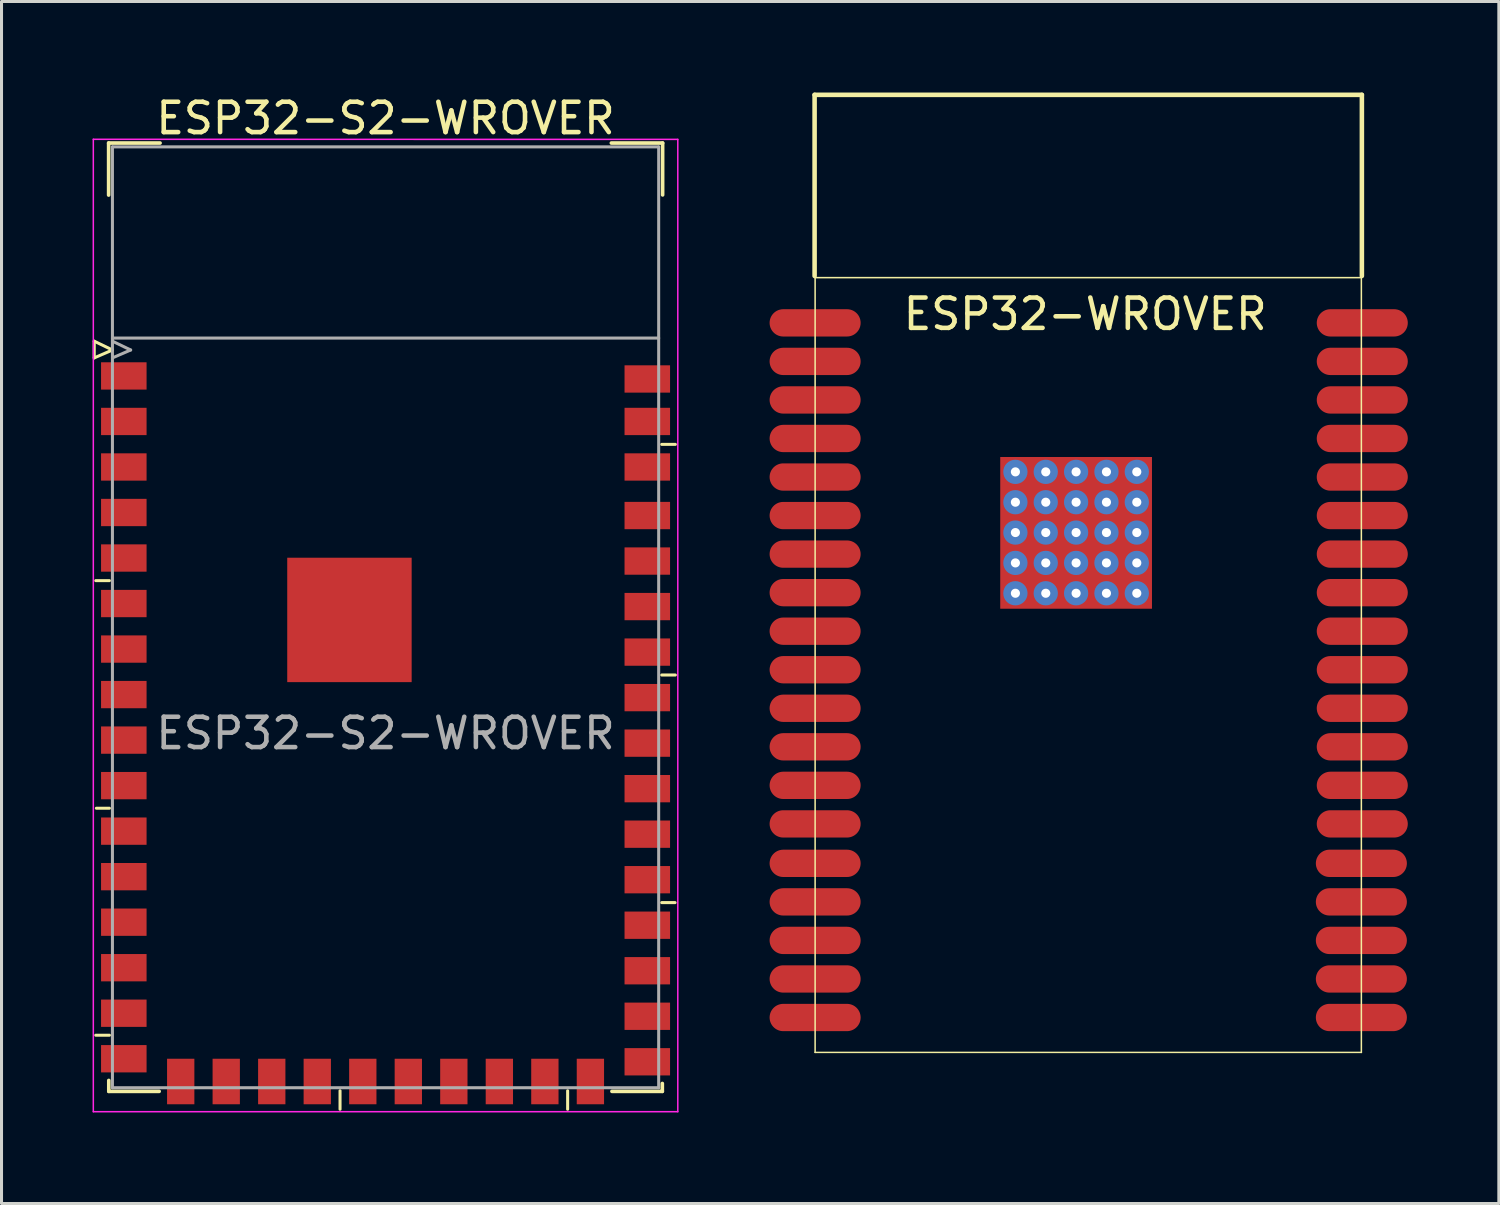
<source format=kicad_pcb>
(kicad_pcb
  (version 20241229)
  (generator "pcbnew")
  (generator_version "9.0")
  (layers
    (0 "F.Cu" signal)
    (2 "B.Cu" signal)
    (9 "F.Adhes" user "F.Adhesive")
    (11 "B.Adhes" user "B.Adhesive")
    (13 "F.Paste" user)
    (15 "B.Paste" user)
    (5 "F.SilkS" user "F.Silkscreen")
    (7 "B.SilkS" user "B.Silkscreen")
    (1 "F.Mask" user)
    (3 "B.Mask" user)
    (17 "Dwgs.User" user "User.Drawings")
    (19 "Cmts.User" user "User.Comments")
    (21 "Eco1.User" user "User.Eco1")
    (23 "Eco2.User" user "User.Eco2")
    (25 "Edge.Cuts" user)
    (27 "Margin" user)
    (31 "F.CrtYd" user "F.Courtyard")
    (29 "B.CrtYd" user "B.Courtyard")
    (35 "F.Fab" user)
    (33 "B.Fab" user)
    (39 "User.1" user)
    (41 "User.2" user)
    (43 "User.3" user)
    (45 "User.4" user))
  (footprint "ESP32-WROVER"
    (layer "F.Cu")
    (at 32.81 6.679)
    (property "Reference" "ESP32-WROVER" (at -0.1 0.62 0) (layer "F.SilkS") (effects (font (size 1 1) (thickness 0.15))))
    (attr smd)
    (fp_line (start -9.017 -0.635) (end -9.017 -6.604) (stroke (width 0.15) (type solid)) (layer "F.SilkS"))
    (fp_line (start -9 -0.58) (end 9 -0.58) (stroke (width 0.05) (type solid)) (layer "F.SilkS"))
    (fp_line (start -9 24.95) (end -9 -0.58) (stroke (width 0.05) (type solid)) (layer "F.SilkS"))
    (fp_line (start 9 -0.58) (end 9 24.95) (stroke (width 0.05) (type solid)) (layer "F.SilkS"))
    (fp_line (start 9 24.95) (end -9 24.95) (stroke (width 0.05) (type solid)) (layer "F.SilkS"))
    (fp_line (start 9.017 -6.604) (end -9.017 -6.604) (stroke (width 0.15) (type solid)) (layer "F.SilkS"))
    (fp_line (start 9.017 -0.635) (end 9.017 -6.604) (stroke (width 0.15) (type solid)) (layer "F.SilkS"))
    (pad "1" smd oval (at -9 0.91) (size 3 0.9) (layers "F.Cu" "F.Mask" "F.Paste"))
    (pad "2" smd oval (at -9 2.18) (size 3 0.9) (layers "F.Cu" "F.Mask" "F.Paste"))
    (pad "3" smd oval (at -9 3.45) (size 3 0.9) (layers "F.Cu" "F.Mask" "F.Paste"))
    (pad "4" smd oval (at -9 4.72) (size 3 0.9) (layers "F.Cu" "F.Mask" "F.Paste"))
    (pad "5" smd oval (at -9 5.99) (size 3 0.9) (layers "F.Cu" "F.Mask" "F.Paste"))
    (pad "6" smd oval (at -9 7.26) (size 3 0.9) (layers "F.Cu" "F.Mask" "F.Paste"))
    (pad "7" smd oval (at -9 8.53) (size 3 0.9) (layers "F.Cu" "F.Mask" "F.Paste"))
    (pad "8" smd oval (at -9 9.8) (size 3 0.9) (layers "F.Cu" "F.Mask" "F.Paste"))
    (pad "9" smd oval (at -9 11.07) (size 3 0.9) (layers "F.Cu" "F.Mask" "F.Paste"))
    (pad "10" smd oval (at -9 12.34) (size 3 0.9) (layers "F.Cu" "F.Mask" "F.Paste"))
    (pad "11" smd oval (at -9 13.61) (size 3 0.9) (layers "F.Cu" "F.Mask" "F.Paste"))
    (pad "12" smd oval (at -9 14.88) (size 3 0.9) (layers "F.Cu" "F.Mask" "F.Paste"))
    (pad "13" smd oval (at -9 16.15) (size 3 0.9) (layers "F.Cu" "F.Mask" "F.Paste"))
    (pad "14" smd oval (at -9 17.42) (size 3 0.9) (layers "F.Cu" "F.Mask" "F.Paste"))
    (pad "15" smd oval (at -9 18.72) (size 3 0.9) (layers "F.Cu" "F.Mask" "F.Paste"))
    (pad "16" smd oval (at -9 19.99) (size 3 0.9) (layers "F.Cu" "F.Mask" "F.Paste"))
    (pad "17" smd oval (at -9 21.26) (size 3 0.9) (layers "F.Cu" "F.Mask" "F.Paste"))
    (pad "18" smd oval (at -9 22.53) (size 3 0.9) (layers "F.Cu" "F.Mask" "F.Paste"))
    (pad "19" smd oval (at -9 23.8) (size 3 0.9) (layers "F.Cu" "F.Mask" "F.Paste"))
    (pad "20" smd oval (at 9 23.8) (size 3 0.9) (layers "F.Cu" "F.Mask" "F.Paste"))
    (pad "21" smd oval (at 9 22.53) (size 3 0.9) (layers "F.Cu" "F.Mask" "F.Paste"))
    (pad "22" smd oval (at 9 21.26) (size 3 0.9) (layers "F.Cu" "F.Mask" "F.Paste"))
    (pad "23" smd oval (at 9 19.99) (size 3 0.9) (layers "F.Cu" "F.Mask" "F.Paste"))
    (pad "24" smd oval (at 9 18.72) (size 3 0.9) (layers "F.Cu" "F.Mask" "F.Paste"))
    (pad "25" smd oval (at 9.03 17.42) (size 3 0.9) (layers "F.Cu" "F.Mask" "F.Paste"))
    (pad "26" smd oval (at 9.03 16.15) (size 3 0.9) (layers "F.Cu" "F.Mask" "F.Paste"))
    (pad "27" smd oval (at 9.03 14.88) (size 3 0.9) (layers "F.Cu" "F.Mask" "F.Paste"))
    (pad "28" smd oval (at 9.03 13.61) (size 3 0.9) (layers "F.Cu" "F.Mask" "F.Paste"))
    (pad "29" smd oval (at 9.03 12.34) (size 3 0.9) (layers "F.Cu" "F.Mask" "F.Paste"))
    (pad "30" smd oval (at 9.03 11.07) (size 3 0.9) (layers "F.Cu" "F.Mask" "F.Paste"))
    (pad "31" smd oval (at 9.03 9.8) (size 3 0.9) (layers "F.Cu" "F.Mask" "F.Paste"))
    (pad "32" smd oval (at 9.03 8.53) (size 3 0.9) (layers "F.Cu" "F.Mask" "F.Paste"))
    (pad "33" smd oval (at 9.03 7.26) (size 3 0.9) (layers "F.Cu" "F.Mask" "F.Paste"))
    (pad "34" smd oval (at 9.03 5.99) (size 3 0.9) (layers "F.Cu" "F.Mask" "F.Paste"))
    (pad "35" smd oval (at 9.03 4.72) (size 3 0.9) (layers "F.Cu" "F.Mask" "F.Paste"))
    (pad "36" smd oval (at 9.03 3.45) (size 3 0.9) (layers "F.Cu" "F.Mask" "F.Paste"))
    (pad "37" smd oval (at 9.03 2.18) (size 3 0.9) (layers "F.Cu" "F.Mask" "F.Paste"))
    (pad "38" smd oval (at 9.03 0.91) (size 3 0.9) (layers "F.Cu" "F.Mask" "F.Paste"))
    (pad "39" thru_hole circle (at -2.4 5.82) (size 0.8 0.8) (drill 0.3) (layers "*.Cu" "*.Mask"))
    (pad "39" thru_hole circle (at -2.4 6.82) (size 0.8 0.8) (drill 0.3) (layers "*.Cu" "*.Mask"))
    (pad "39" thru_hole circle (at -2.4 7.82) (size 0.8 0.8) (drill 0.3) (layers "*.Cu" "*.Mask"))
    (pad "39" thru_hole circle (at -2.4 8.82) (size 0.8 0.8) (drill 0.3) (layers "*.Cu" "*.Mask"))
    (pad "39" thru_hole circle (at -2.4 9.82) (size 0.8 0.8) (drill 0.3) (layers "*.Cu" "*.Mask"))
    (pad "39" thru_hole circle (at -1.4 5.82) (size 0.8 0.8) (drill 0.3) (layers "*.Cu" "*.Mask"))
    (pad "39" thru_hole circle (at -1.4 6.82) (size 0.8 0.8) (drill 0.3) (layers "*.Cu" "*.Mask"))
    (pad "39" thru_hole circle (at -1.4 7.82) (size 0.8 0.8) (drill 0.3) (layers "*.Cu" "*.Mask"))
    (pad "39" thru_hole circle (at -1.4 8.82) (size 0.8 0.8) (drill 0.3) (layers "*.Cu" "*.Mask"))
    (pad "39" thru_hole circle (at -1.4 9.82) (size 0.8 0.8) (drill 0.3) (layers "*.Cu" "*.Mask"))
    (pad "39" thru_hole circle (at -0.4 5.82) (size 0.8 0.8) (drill 0.3) (layers "*.Cu" "*.Mask"))
    (pad "39" thru_hole circle (at -0.4 6.82) (size 0.8 0.8) (drill 0.3) (layers "*.Cu" "*.Mask"))
    (pad "39" thru_hole circle (at -0.4 7.82) (size 0.8 0.8) (drill 0.3) (layers "*.Cu" "*.Mask"))
    (pad "39" smd rect (at -0.4 7.83) (size 5 5) (layers "F.Cu" "F.Mask" "F.Paste"))
    (pad "39" thru_hole circle (at -0.4 8.82) (size 0.8 0.8) (drill 0.3) (layers "*.Cu" "*.Mask"))
    (pad "39" thru_hole circle (at -0.4 9.82) (size 0.8 0.8) (drill 0.3) (layers "*.Cu" "*.Mask"))
    (pad "39" thru_hole circle (at 0.6 5.82) (size 0.8 0.8) (drill 0.3) (layers "*.Cu" "*.Mask"))
    (pad "39" thru_hole circle (at 0.6 6.82) (size 0.8 0.8) (drill 0.3) (layers "*.Cu" "*.Mask"))
    (pad "39" thru_hole circle (at 0.6 7.82) (size 0.8 0.8) (drill 0.3) (layers "*.Cu" "*.Mask"))
    (pad "39" thru_hole circle (at 0.6 8.82) (size 0.8 0.8) (drill 0.3) (layers "*.Cu" "*.Mask"))
    (pad "39" thru_hole circle (at 0.6 9.82) (size 0.8 0.8) (drill 0.3) (layers "*.Cu" "*.Mask"))
    (pad "39" thru_hole circle (at 1.6 5.82) (size 0.8 0.8) (drill 0.3) (layers "*.Cu" "*.Mask"))
    (pad "39" thru_hole circle (at 1.6 6.82) (size 0.8 0.8) (drill 0.3) (layers "*.Cu" "*.Mask"))
    (pad "39" thru_hole circle (at 1.6 7.82) (size 0.8 0.8) (drill 0.3) (layers "*.Cu" "*.Mask"))
    (pad "39" thru_hole circle (at 1.6 8.82) (size 0.8 0.8) (drill 0.3) (layers "*.Cu" "*.Mask"))
    (pad "39" thru_hole circle (at 1.6 9.82) (size 0.8 0.8) (drill 0.3) (layers "*.Cu" "*.Mask")))
  (footprint "ESP32-S2-WROVER"
    (layer "F.Cu")
    (at 9.655 21.113)
    (property "Reference" "ESP32-S2-WROVER" (at 0 -20.265 0) (layer "F.SilkS") (effects (font (size 1 1) (thickness 0.15))))
    (attr smd)
    (fp_line (start -9.6 -12.92) (end -9 -12.63) (stroke (width 0.1) (type solid)) (layer "F.SilkS"))
    (fp_line (start -9.6 -12.37) (end -9.6 -12.92) (stroke (width 0.1) (type solid)) (layer "F.SilkS"))
    (fp_line (start -9.125 -19.45) (end -7.43 -19.45) (stroke (width 0.12) (type solid)) (layer "F.SilkS"))
    (fp_line (start -9.125 -17.735) (end -9.125 -19.45) (stroke (width 0.12) (type solid)) (layer "F.SilkS"))
    (fp_line (start -9.12 11.44) (end -9.12 11.8) (stroke (width 0.12) (type solid)) (layer "F.SilkS"))
    (fp_line (start -9.12 11.8) (end -7.46 11.8) (stroke (width 0.12) (type solid)) (layer "F.SilkS"))
    (fp_line (start -9.1 -5.03) (end -9.55 -5.03) (stroke (width 0.1) (type solid)) (layer "F.SilkS"))
    (fp_line (start -9.1 2.47) (end -9.53 2.47) (stroke (width 0.1) (type solid)) (layer "F.SilkS"))
    (fp_line (start -9.1 9.95) (end -9.55 9.95) (stroke (width 0.1) (type solid)) (layer "F.SilkS"))
    (fp_line (start -9 -12.63) (end -9.6 -12.37) (stroke (width 0.1) (type solid)) (layer "F.SilkS"))
    (fp_line (start -1.5 11.78) (end -1.5 12.39) (stroke (width 0.1) (type solid)) (layer "F.SilkS"))
    (fp_line (start 6 11.78) (end 6 12.39) (stroke (width 0.1) (type solid)) (layer "F.SilkS"))
    (fp_line (start 9.1 -9.52) (end 9.55 -9.52) (stroke (width 0.1) (type solid)) (layer "F.SilkS"))
    (fp_line (start 9.1 -1.92) (end 9.55 -1.92) (stroke (width 0.1) (type solid)) (layer "F.SilkS"))
    (fp_line (start 9.1 5.58) (end 9.54 5.58) (stroke (width 0.1) (type solid)) (layer "F.SilkS"))
    (fp_line (start 9.12 11.54) (end 9.12 11.8) (stroke (width 0.12) (type solid)) (layer "F.SilkS"))
    (fp_line (start 9.12 11.8) (end 7.46 11.8) (stroke (width 0.12) (type solid)) (layer "F.SilkS"))
    (fp_line (start 9.13 -19.45) (end 7.44 -19.45) (stroke (width 0.12) (type solid)) (layer "F.SilkS"))
    (fp_line (start 9.13 -17.74) (end 9.13 -19.45) (stroke (width 0.12) (type solid)) (layer "F.SilkS"))
    (fp_line (start -9.63 -19.573) (end -9.63 12.47) (stroke (width 0.05) (type solid)) (layer "F.CrtYd"))
    (fp_line (start -9.63 -19.573) (end 9.63 -19.57) (stroke (width 0.05) (type solid)) (layer "F.CrtYd"))
    (fp_line (start -9.63 12.47) (end 9.63 12.47) (stroke (width 0.05) (type solid)) (layer "F.CrtYd"))
    (fp_line (start 9.63 12.47) (end 9.63 -19.57) (stroke (width 0.05) (type solid)) (layer "F.CrtYd"))
    (fp_line (start -9 -19.323) (end 9 -19.323) (stroke (width 0.1) (type solid)) (layer "F.Fab"))
    (fp_line (start -9 -19.32) (end -9 11.68) (stroke (width 0.1) (type solid)) (layer "F.Fab"))
    (fp_line (start -9 -12.92) (end -8.4 -12.63) (stroke (width 0.1) (type solid)) (layer "F.Fab"))
    (fp_line (start -9 11.68) (end 9 11.68) (stroke (width 0.1) (type solid)) (layer "F.Fab"))
    (fp_line (start -8.4 -12.63) (end -9 -12.37) (stroke (width 0.1) (type solid)) (layer "F.Fab"))
    (fp_line (start 9 -19.32) (end 9 11.68) (stroke (width 0.1) (type solid)) (layer "F.Fab"))
    (fp_line (start 9 -13.023) (end -9 -13.023) (stroke (width 0.1) (type solid)) (layer "F.Fab"))
    (fp_text user "${REFERENCE}" (at 0 0 0) (layer "F.Fab") (effects (font (size 1 1) (thickness 0.15))))
    (pad "1" smd rect (at -8.625 -11.775) (size 1.5 0.9) (layers "F.Cu" "F.Mask" "F.Paste"))
    (pad "2" smd rect (at -8.625 -10.275) (size 1.5 0.9) (layers "F.Cu" "F.Mask" "F.Paste"))
    (pad "3" smd rect (at -8.625 -8.775) (size 1.5 0.9) (layers "F.Cu" "F.Mask" "F.Paste"))
    (pad "4" smd rect (at -8.625 -7.275) (size 1.5 0.9) (layers "F.Cu" "F.Mask" "F.Paste"))
    (pad "5" smd rect (at -8.625 -5.775) (size 1.5 0.9) (layers "F.Cu" "F.Mask" "F.Paste"))
    (pad "6" smd rect (at -8.625 -4.275) (size 1.5 0.9) (layers "F.Cu" "F.Mask" "F.Paste"))
    (pad "7" smd rect (at -8.625 -2.775) (size 1.5 0.9) (layers "F.Cu" "F.Mask" "F.Paste"))
    (pad "8" smd rect (at -8.625 -1.275) (size 1.5 0.9) (layers "F.Cu" "F.Mask" "F.Paste"))
    (pad "9" smd rect (at -8.625 0.225) (size 1.5 0.9) (layers "F.Cu" "F.Mask" "F.Paste"))
    (pad "10" smd rect (at -8.625 1.725) (size 1.5 0.9) (layers "F.Cu" "F.Mask" "F.Paste"))
    (pad "11" smd rect (at -8.625 3.225) (size 1.5 0.9) (layers "F.Cu" "F.Mask" "F.Paste"))
    (pad "12" smd rect (at -8.625 4.725) (size 1.5 0.9) (layers "F.Cu" "F.Mask" "F.Paste"))
    (pad "13" smd rect (at -8.625 6.225) (size 1.5 0.9) (layers "F.Cu" "F.Mask" "F.Paste"))
    (pad "14" smd rect (at -8.625 7.725) (size 1.5 0.9) (layers "F.Cu" "F.Mask" "F.Paste"))
    (pad "15" smd rect (at -8.625 9.225 180) (size 1.5 0.9) (layers "F.Cu" "F.Mask" "F.Paste"))
    (pad "16" smd rect (at -8.625 10.725 180) (size 1.5 0.9) (layers "F.Cu" "F.Mask" "F.Paste"))
    (pad "17" smd rect (at -6.75 11.475) (size 0.9 1.5) (layers "F.Cu" "F.Mask" "F.Paste"))
    (pad "18" smd rect (at -5.25 11.475) (size 0.9 1.5) (layers "F.Cu" "F.Mask" "F.Paste"))
    (pad "19" smd rect (at -3.75 11.475) (size 0.9 1.5) (layers "F.Cu" "F.Mask" "F.Paste"))
    (pad "20" smd rect (at -2.25 11.475) (size 0.9 1.5) (layers "F.Cu" "F.Mask" "F.Paste"))
    (pad "21" smd rect (at -0.75 11.475) (size 0.9 1.5) (layers "F.Cu" "F.Mask" "F.Paste"))
    (pad "22" smd rect (at 0.75 11.475) (size 0.9 1.5) (layers "F.Cu" "F.Mask" "F.Paste"))
    (pad "23" smd rect (at 2.25 11.475) (size 0.9 1.5) (layers "F.Cu" "F.Mask" "F.Paste"))
    (pad "24" smd rect (at 3.75 11.475) (size 0.9 1.5) (layers "F.Cu" "F.Mask" "F.Paste"))
    (pad "25" smd rect (at 5.25 11.475) (size 0.9 1.5) (layers "F.Cu" "F.Mask" "F.Paste"))
    (pad "26" smd rect (at 6.75 11.475) (size 0.9 1.5) (layers "F.Cu" "F.Mask" "F.Paste"))
    (pad "27" smd rect (at 8.625 10.825) (size 1.5 0.9) (layers "F.Cu" "F.Mask" "F.Paste"))
    (pad "28" smd rect (at 8.625 9.325) (size 1.5 0.9) (layers "F.Cu" "F.Mask" "F.Paste"))
    (pad "29" smd rect (at 8.625 7.825) (size 1.5 0.9) (layers "F.Cu" "F.Mask" "F.Paste"))
    (pad "30" smd rect (at 8.625 6.325) (size 1.5 0.9) (layers "F.Cu" "F.Mask" "F.Paste"))
    (pad "31" smd rect (at 8.625 4.825) (size 1.5 0.9) (layers "F.Cu" "F.Mask" "F.Paste"))
    (pad "32" smd rect (at 8.625 3.325) (size 1.5 0.9) (layers "F.Cu" "F.Mask" "F.Paste"))
    (pad "33" smd rect (at 8.625 1.825) (size 1.5 0.9) (layers "F.Cu" "F.Mask" "F.Paste"))
    (pad "34" smd rect (at 8.625 0.325) (size 1.5 0.9) (layers "F.Cu" "F.Mask" "F.Paste"))
    (pad "35" smd rect (at 8.625 -1.175) (size 1.5 0.9) (layers "F.Cu" "F.Mask" "F.Paste"))
    (pad "36" smd rect (at 8.625 -2.675) (size 1.5 0.9) (layers "F.Cu" "F.Mask" "F.Paste"))
    (pad "37" smd rect (at 8.625 -4.175) (size 1.5 0.9) (layers "F.Cu" "F.Mask" "F.Paste"))
    (pad "38" smd rect (at 8.625 -5.675) (size 1.5 0.9) (layers "F.Cu" "F.Mask" "F.Paste"))
    (pad "39" smd rect (at 8.625 -7.175) (size 1.5 0.9) (layers "F.Cu" "F.Mask" "F.Paste"))
    (pad "40" smd rect (at 8.625 -8.775) (size 1.5 0.9) (layers "F.Cu" "F.Mask" "F.Paste"))
    (pad "41" smd rect (at 8.625 -10.275) (size 1.5 0.9) (layers "F.Cu" "F.Mask" "F.Paste"))
    (pad "42" smd rect (at 8.625 -11.675) (size 1.5 0.9) (layers "F.Cu" "F.Mask" "F.Paste"))
    (pad "43" smd rect (at -1.19 -3.735) (size 4.1 4.1) (layers "F.Cu" "F.Mask" "F.Paste")))
  (gr_rect
    (start -3 -3)
    (end 46.34 36.608)
    (stroke (width 0.1) (type default))
    (fill no)
    (layer "Edge.Cuts")))
</source>
